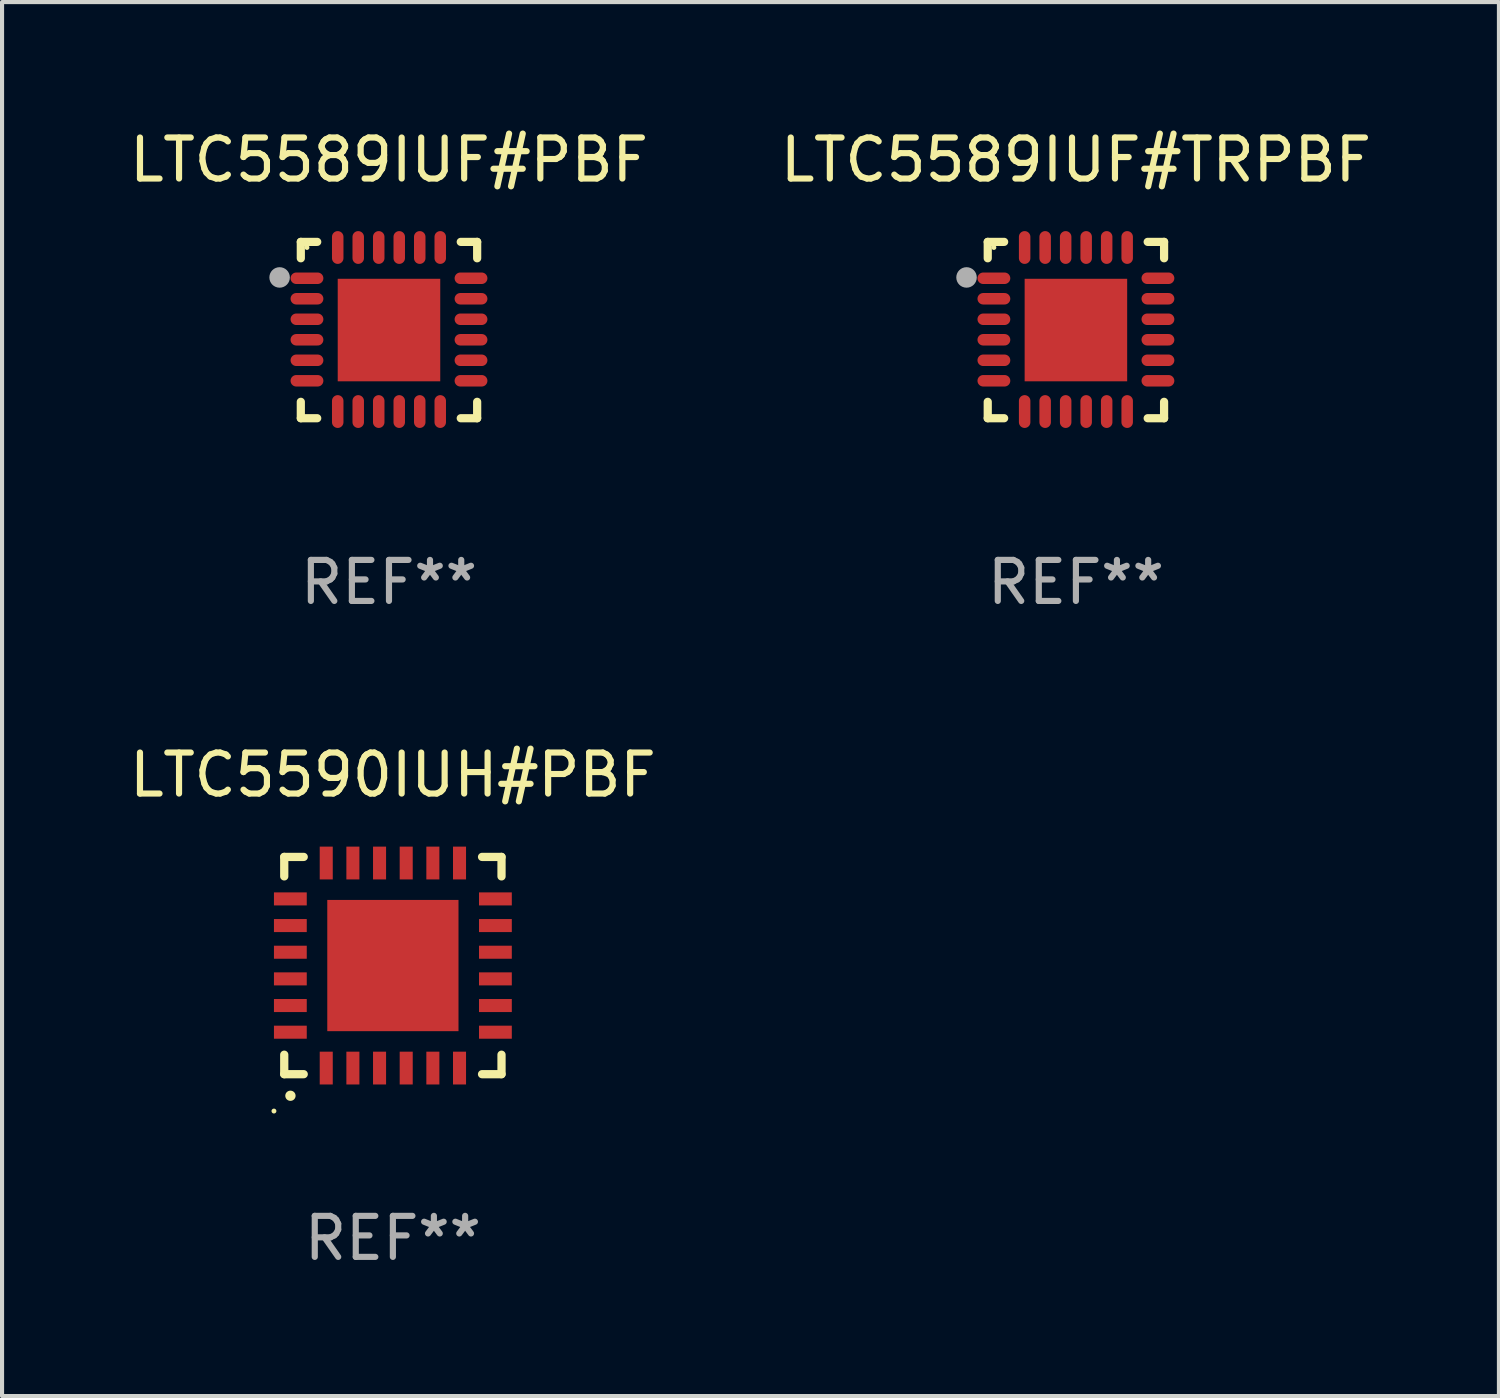
<source format=kicad_pcb>
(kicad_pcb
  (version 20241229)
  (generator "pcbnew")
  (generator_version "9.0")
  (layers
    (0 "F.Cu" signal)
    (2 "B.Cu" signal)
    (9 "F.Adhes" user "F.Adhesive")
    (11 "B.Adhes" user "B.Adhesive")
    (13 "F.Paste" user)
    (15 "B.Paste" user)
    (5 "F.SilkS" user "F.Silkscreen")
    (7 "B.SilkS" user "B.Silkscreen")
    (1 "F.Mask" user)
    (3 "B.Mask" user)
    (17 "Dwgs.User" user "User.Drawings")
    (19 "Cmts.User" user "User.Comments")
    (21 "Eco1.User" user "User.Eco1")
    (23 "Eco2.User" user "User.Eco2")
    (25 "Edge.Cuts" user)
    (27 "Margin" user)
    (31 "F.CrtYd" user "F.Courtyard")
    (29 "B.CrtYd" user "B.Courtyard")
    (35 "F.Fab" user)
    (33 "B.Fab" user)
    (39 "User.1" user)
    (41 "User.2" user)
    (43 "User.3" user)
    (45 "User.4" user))
  (footprint "LTC5589IUF#TRPBF"
    (layer "F.Cu")
    (at 23.185 4.998)
    (property "Reference" "LTC5589IUF#TRPBF" (at 0 -4.15 0) (layer "F.SilkS") (effects (font (size 1 1) (thickness 0.15))))
    (attr through_hole)
    (fp_line (start -2.15 -2.15) (end -1.75 -2.15) (stroke (width 0.2) (type solid)) (layer "F.SilkS"))
    (fp_line (start -2.15 -1.75) (end -2.15 -2.15) (stroke (width 0.2) (type solid)) (layer "F.SilkS"))
    (fp_line (start -2.15 2.15) (end -2.15 1.75) (stroke (width 0.2) (type solid)) (layer "F.SilkS"))
    (fp_line (start -1.75 2.15) (end -2.15 2.15) (stroke (width 0.2) (type solid)) (layer "F.SilkS"))
    (fp_line (start 1.75 -2.15) (end 2.15 -2.15) (stroke (width 0.2) (type solid)) (layer "F.SilkS"))
    (fp_line (start 1.75 2.15) (end 2.15 2.15) (stroke (width 0.2) (type solid)) (layer "F.SilkS"))
    (fp_line (start 2.15 -2.15) (end 2.15 -1.75) (stroke (width 0.2) (type solid)) (layer "F.SilkS"))
    (fp_line (start 2.15 2.15) (end 2.15 1.75) (stroke (width 0.2) (type solid)) (layer "F.SilkS"))
    (fp_circle (center -2 -2.013) (end -1.97 -2.013) (stroke (width 0.06) (type solid)) (fill no) (layer "F.SilkS"))
    (fp_circle (center -2.667 -1.283) (end -2.542 -1.283) (stroke (width 0.25) (type solid)) (fill no) (layer "F.Fab"))
    (fp_text user "REF**" (at 0 6.15 0) (layer "F.Fab") (effects (font (size 1 1) (thickness 0.15))))
    (pad "1" smd oval (at -2 -1.263) (size 0.8 0.28) (layers "F.Cu" "F.Mask" "F.Paste"))
    (pad "2" smd oval (at -2 -0.763) (size 0.8 0.28) (layers "F.Cu" "F.Mask" "F.Paste"))
    (pad "3" smd oval (at -2 -0.263) (size 0.8 0.28) (layers "F.Cu" "F.Mask" "F.Paste"))
    (pad "4" smd oval (at -2 0.237) (size 0.8 0.28) (layers "F.Cu" "F.Mask" "F.Paste"))
    (pad "5" smd oval (at -2 0.737) (size 0.8 0.28) (layers "F.Cu" "F.Mask" "F.Paste"))
    (pad "6" smd oval (at -2 1.237) (size 0.8 0.28) (layers "F.Cu" "F.Mask" "F.Paste"))
    (pad "7" smd oval (at -1.25 1.987) (size 0.28 0.8) (layers "F.Cu" "F.Mask" "F.Paste"))
    (pad "8" smd oval (at -0.75 1.987) (size 0.28 0.8) (layers "F.Cu" "F.Mask" "F.Paste"))
    (pad "9" smd oval (at -0.25 1.987) (size 0.28 0.8) (layers "F.Cu" "F.Mask" "F.Paste"))
    (pad "10" smd oval (at 0.25 1.987) (size 0.28 0.8) (layers "F.Cu" "F.Mask" "F.Paste"))
    (pad "11" smd oval (at 0.75 1.987) (size 0.28 0.8) (layers "F.Cu" "F.Mask" "F.Paste"))
    (pad "12" smd oval (at 1.25 1.987) (size 0.28 0.8) (layers "F.Cu" "F.Mask" "F.Paste"))
    (pad "13" smd oval (at 2 1.237) (size 0.8 0.28) (layers "F.Cu" "F.Mask" "F.Paste"))
    (pad "14" smd oval (at 2 0.737) (size 0.8 0.28) (layers "F.Cu" "F.Mask" "F.Paste"))
    (pad "15" smd oval (at 2 0.237) (size 0.8 0.28) (layers "F.Cu" "F.Mask" "F.Paste"))
    (pad "16" smd oval (at 2 -0.263) (size 0.8 0.28) (layers "F.Cu" "F.Mask" "F.Paste"))
    (pad "17" smd oval (at 2 -0.763) (size 0.8 0.28) (layers "F.Cu" "F.Mask" "F.Paste"))
    (pad "18" smd oval (at 2 -1.263) (size 0.8 0.28) (layers "F.Cu" "F.Mask" "F.Paste"))
    (pad "19" smd oval (at 1.25 -2.013) (size 0.28 0.8) (layers "F.Cu" "F.Mask" "F.Paste"))
    (pad "20" smd oval (at 0.75 -2.013) (size 0.28 0.8) (layers "F.Cu" "F.Mask" "F.Paste"))
    (pad "21" smd oval (at 0.25 -2.013) (size 0.28 0.8) (layers "F.Cu" "F.Mask" "F.Paste"))
    (pad "22" smd oval (at -0.25 -2.013) (size 0.28 0.8) (layers "F.Cu" "F.Mask" "F.Paste"))
    (pad "23" smd oval (at -0.75 -2.013) (size 0.28 0.8) (layers "F.Cu" "F.Mask" "F.Paste"))
    (pad "24" smd oval (at -1.25 -2.013) (size 0.28 0.8) (layers "F.Cu" "F.Mask" "F.Paste"))
    (pad "25" smd rect (at -0.000127 -0.00014) (size 2.5 2.5) (layers "F.Cu" "F.Mask" "F.Paste")))
  (footprint "LTC5589IUF#PBF"
    (layer "F.Cu")
    (at 6.435 4.998)
    (property "Reference" "LTC5589IUF#PBF" (at 0 -4.15 0) (layer "F.SilkS") (effects (font (size 1 1) (thickness 0.15))))
    (attr through_hole)
    (fp_line (start -2.15 -2.15) (end -1.75 -2.15) (stroke (width 0.2) (type solid)) (layer "F.SilkS"))
    (fp_line (start -2.15 -1.75) (end -2.15 -2.15) (stroke (width 0.2) (type solid)) (layer "F.SilkS"))
    (fp_line (start -2.15 2.15) (end -2.15 1.75) (stroke (width 0.2) (type solid)) (layer "F.SilkS"))
    (fp_line (start -1.75 2.15) (end -2.15 2.15) (stroke (width 0.2) (type solid)) (layer "F.SilkS"))
    (fp_line (start 1.75 -2.15) (end 2.15 -2.15) (stroke (width 0.2) (type solid)) (layer "F.SilkS"))
    (fp_line (start 1.75 2.15) (end 2.15 2.15) (stroke (width 0.2) (type solid)) (layer "F.SilkS"))
    (fp_line (start 2.15 -2.15) (end 2.15 -1.75) (stroke (width 0.2) (type solid)) (layer "F.SilkS"))
    (fp_line (start 2.15 2.15) (end 2.15 1.75) (stroke (width 0.2) (type solid)) (layer "F.SilkS"))
    (fp_circle (center -2 -2.013) (end -1.97 -2.013) (stroke (width 0.06) (type solid)) (fill no) (layer "F.SilkS"))
    (fp_circle (center -2.667 -1.283) (end -2.542 -1.283) (stroke (width 0.25) (type solid)) (fill no) (layer "F.Fab"))
    (fp_text user "REF**" (at 0 6.15 0) (layer "F.Fab") (effects (font (size 1 1) (thickness 0.15))))
    (pad "1" smd oval (at -2 -1.263) (size 0.8 0.28) (layers "F.Cu" "F.Mask" "F.Paste"))
    (pad "2" smd oval (at -2 -0.763) (size 0.8 0.28) (layers "F.Cu" "F.Mask" "F.Paste"))
    (pad "3" smd oval (at -2 -0.263) (size 0.8 0.28) (layers "F.Cu" "F.Mask" "F.Paste"))
    (pad "4" smd oval (at -2 0.237) (size 0.8 0.28) (layers "F.Cu" "F.Mask" "F.Paste"))
    (pad "5" smd oval (at -2 0.737) (size 0.8 0.28) (layers "F.Cu" "F.Mask" "F.Paste"))
    (pad "6" smd oval (at -2 1.237) (size 0.8 0.28) (layers "F.Cu" "F.Mask" "F.Paste"))
    (pad "7" smd oval (at -1.25 1.987) (size 0.28 0.8) (layers "F.Cu" "F.Mask" "F.Paste"))
    (pad "8" smd oval (at -0.75 1.987) (size 0.28 0.8) (layers "F.Cu" "F.Mask" "F.Paste"))
    (pad "9" smd oval (at -0.25 1.987) (size 0.28 0.8) (layers "F.Cu" "F.Mask" "F.Paste"))
    (pad "10" smd oval (at 0.25 1.987) (size 0.28 0.8) (layers "F.Cu" "F.Mask" "F.Paste"))
    (pad "11" smd oval (at 0.75 1.987) (size 0.28 0.8) (layers "F.Cu" "F.Mask" "F.Paste"))
    (pad "12" smd oval (at 1.25 1.987) (size 0.28 0.8) (layers "F.Cu" "F.Mask" "F.Paste"))
    (pad "13" smd oval (at 2 1.237) (size 0.8 0.28) (layers "F.Cu" "F.Mask" "F.Paste"))
    (pad "14" smd oval (at 2 0.737) (size 0.8 0.28) (layers "F.Cu" "F.Mask" "F.Paste"))
    (pad "15" smd oval (at 2 0.237) (size 0.8 0.28) (layers "F.Cu" "F.Mask" "F.Paste"))
    (pad "16" smd oval (at 2 -0.263) (size 0.8 0.28) (layers "F.Cu" "F.Mask" "F.Paste"))
    (pad "17" smd oval (at 2 -0.763) (size 0.8 0.28) (layers "F.Cu" "F.Mask" "F.Paste"))
    (pad "18" smd oval (at 2 -1.263) (size 0.8 0.28) (layers "F.Cu" "F.Mask" "F.Paste"))
    (pad "19" smd oval (at 1.25 -2.013) (size 0.28 0.8) (layers "F.Cu" "F.Mask" "F.Paste"))
    (pad "20" smd oval (at 0.75 -2.013) (size 0.28 0.8) (layers "F.Cu" "F.Mask" "F.Paste"))
    (pad "21" smd oval (at 0.25 -2.013) (size 0.28 0.8) (layers "F.Cu" "F.Mask" "F.Paste"))
    (pad "22" smd oval (at -0.25 -2.013) (size 0.28 0.8) (layers "F.Cu" "F.Mask" "F.Paste"))
    (pad "23" smd oval (at -0.75 -2.013) (size 0.28 0.8) (layers "F.Cu" "F.Mask" "F.Paste"))
    (pad "24" smd oval (at -1.25 -2.013) (size 0.28 0.8) (layers "F.Cu" "F.Mask" "F.Paste"))
    (pad "25" smd rect (at -0.000127 -0.00014) (size 2.5 2.5) (layers "F.Cu" "F.Mask" "F.Paste")))
  (footprint "LTC5590IUH#PBF"
    (layer "F.Cu")
    (at 6.53 20.494)
    (property "Reference" "LTC5590IUH#PBF" (at 0 -4.649 0) (layer "F.SilkS") (effects (font (size 1 1) (thickness 0.15))))
    (attr through_hole)
    (fp_line (start -2.649 -2.649) (end -2.649 -2.174) (stroke (width 0.201) (type solid)) (layer "F.SilkS"))
    (fp_line (start -2.649 2.649) (end -2.649 2.174) (stroke (width 0.201) (type solid)) (layer "F.SilkS"))
    (fp_line (start -2.174 -2.649) (end -2.649 -2.649) (stroke (width 0.201) (type solid)) (layer "F.SilkS"))
    (fp_line (start -2.174 2.649) (end -2.649 2.649) (stroke (width 0.201) (type solid)) (layer "F.SilkS"))
    (fp_line (start 2.649 -2.649) (end 2.174 -2.649) (stroke (width 0.201) (type solid)) (layer "F.SilkS"))
    (fp_line (start 2.649 -2.174) (end 2.649 -2.649) (stroke (width 0.201) (type solid)) (layer "F.SilkS"))
    (fp_line (start 2.649 2.174) (end 2.649 2.649) (stroke (width 0.201) (type solid)) (layer "F.SilkS"))
    (fp_line (start 2.649 2.649) (end 2.174 2.649) (stroke (width 0.201) (type solid)) (layer "F.SilkS"))
    (fp_arc (start -2.499365 3.175006) (mid -2.498095 3.175) (end -2.496825 3.175006) (stroke (width 0.24892) (type solid)) (layer "F.SilkS"))
    (fp_circle (center -2.9 3.548) (end -2.87 3.548) (stroke (width 0.06) (type solid)) (fill no) (layer "F.SilkS"))
    (fp_text user "REF**" (at 0 6.649 0) (layer "F.Fab") (effects (font (size 1 1) (thickness 0.15))))
    (pad "1" smd rect (at -1.625 2.5 180) (size 0.318 0.8) (layers "F.Cu" "F.Mask" "F.Paste"))
    (pad "2" smd rect (at -0.975 2.5 180) (size 0.318 0.8) (layers "F.Cu" "F.Mask" "F.Paste"))
    (pad "3" smd rect (at -0.325 2.5 180) (size 0.318 0.8) (layers "F.Cu" "F.Mask" "F.Paste"))
    (pad "4" smd rect (at 0.325 2.5 180) (size 0.318 0.8) (layers "F.Cu" "F.Mask" "F.Paste"))
    (pad "5" smd rect (at 0.975 2.5 180) (size 0.318 0.8) (layers "F.Cu" "F.Mask" "F.Paste"))
    (pad "6" smd rect (at 1.625 2.5 180) (size 0.318 0.8) (layers "F.Cu" "F.Mask" "F.Paste"))
    (pad "7" smd rect (at 2.5 1.625 90) (size 0.318 0.8) (layers "F.Cu" "F.Mask" "F.Paste"))
    (pad "8" smd rect (at 2.5 0.975 90) (size 0.318 0.8) (layers "F.Cu" "F.Mask" "F.Paste"))
    (pad "9" smd rect (at 2.5 0.325 90) (size 0.318 0.8) (layers "F.Cu" "F.Mask" "F.Paste"))
    (pad "10" smd rect (at 2.5 -0.325 90) (size 0.318 0.8) (layers "F.Cu" "F.Mask" "F.Paste"))
    (pad "11" smd rect (at 2.5 -0.975 90) (size 0.318 0.8) (layers "F.Cu" "F.Mask" "F.Paste"))
    (pad "12" smd rect (at 2.5 -1.625 90) (size 0.318 0.8) (layers "F.Cu" "F.Mask" "F.Paste"))
    (pad "13" smd rect (at 1.625 -2.5 180) (size 0.318 0.8) (layers "F.Cu" "F.Mask" "F.Paste"))
    (pad "14" smd rect (at 0.975 -2.5 180) (size 0.318 0.8) (layers "F.Cu" "F.Mask" "F.Paste"))
    (pad "15" smd rect (at 0.325 -2.5 180) (size 0.318 0.8) (layers "F.Cu" "F.Mask" "F.Paste"))
    (pad "16" smd rect (at -0.325 -2.5 180) (size 0.318 0.8) (layers "F.Cu" "F.Mask" "F.Paste"))
    (pad "17" smd rect (at -0.975 -2.5 180) (size 0.318 0.8) (layers "F.Cu" "F.Mask" "F.Paste"))
    (pad "18" smd rect (at -1.625 -2.5 180) (size 0.318 0.8) (layers "F.Cu" "F.Mask" "F.Paste"))
    (pad "19" smd rect (at -2.5 -1.625 90) (size 0.318 0.8) (layers "F.Cu" "F.Mask" "F.Paste"))
    (pad "20" smd rect (at -2.5 -0.975 90) (size 0.318 0.8) (layers "F.Cu" "F.Mask" "F.Paste"))
    (pad "21" smd rect (at -2.5 -0.325 90) (size 0.318 0.8) (layers "F.Cu" "F.Mask" "F.Paste"))
    (pad "22" smd rect (at -2.5 0.325 90) (size 0.318 0.8) (layers "F.Cu" "F.Mask" "F.Paste"))
    (pad "23" smd rect (at -2.5 0.975 90) (size 0.318 0.8) (layers "F.Cu" "F.Mask" "F.Paste"))
    (pad "24" smd rect (at -2.5 1.625 90) (size 0.318 0.8) (layers "F.Cu" "F.Mask" "F.Paste"))
    (pad "25" smd rect (at 0.000229 0.000025 90) (size 3.2 3.2) (layers "F.Cu" "F.Mask" "F.Paste")))
  (gr_rect
    (start -3 -3)
    (end 33.5 30.992)
    (stroke (width 0.1) (type default))
    (fill no)
    (layer "Edge.Cuts")))
</source>
